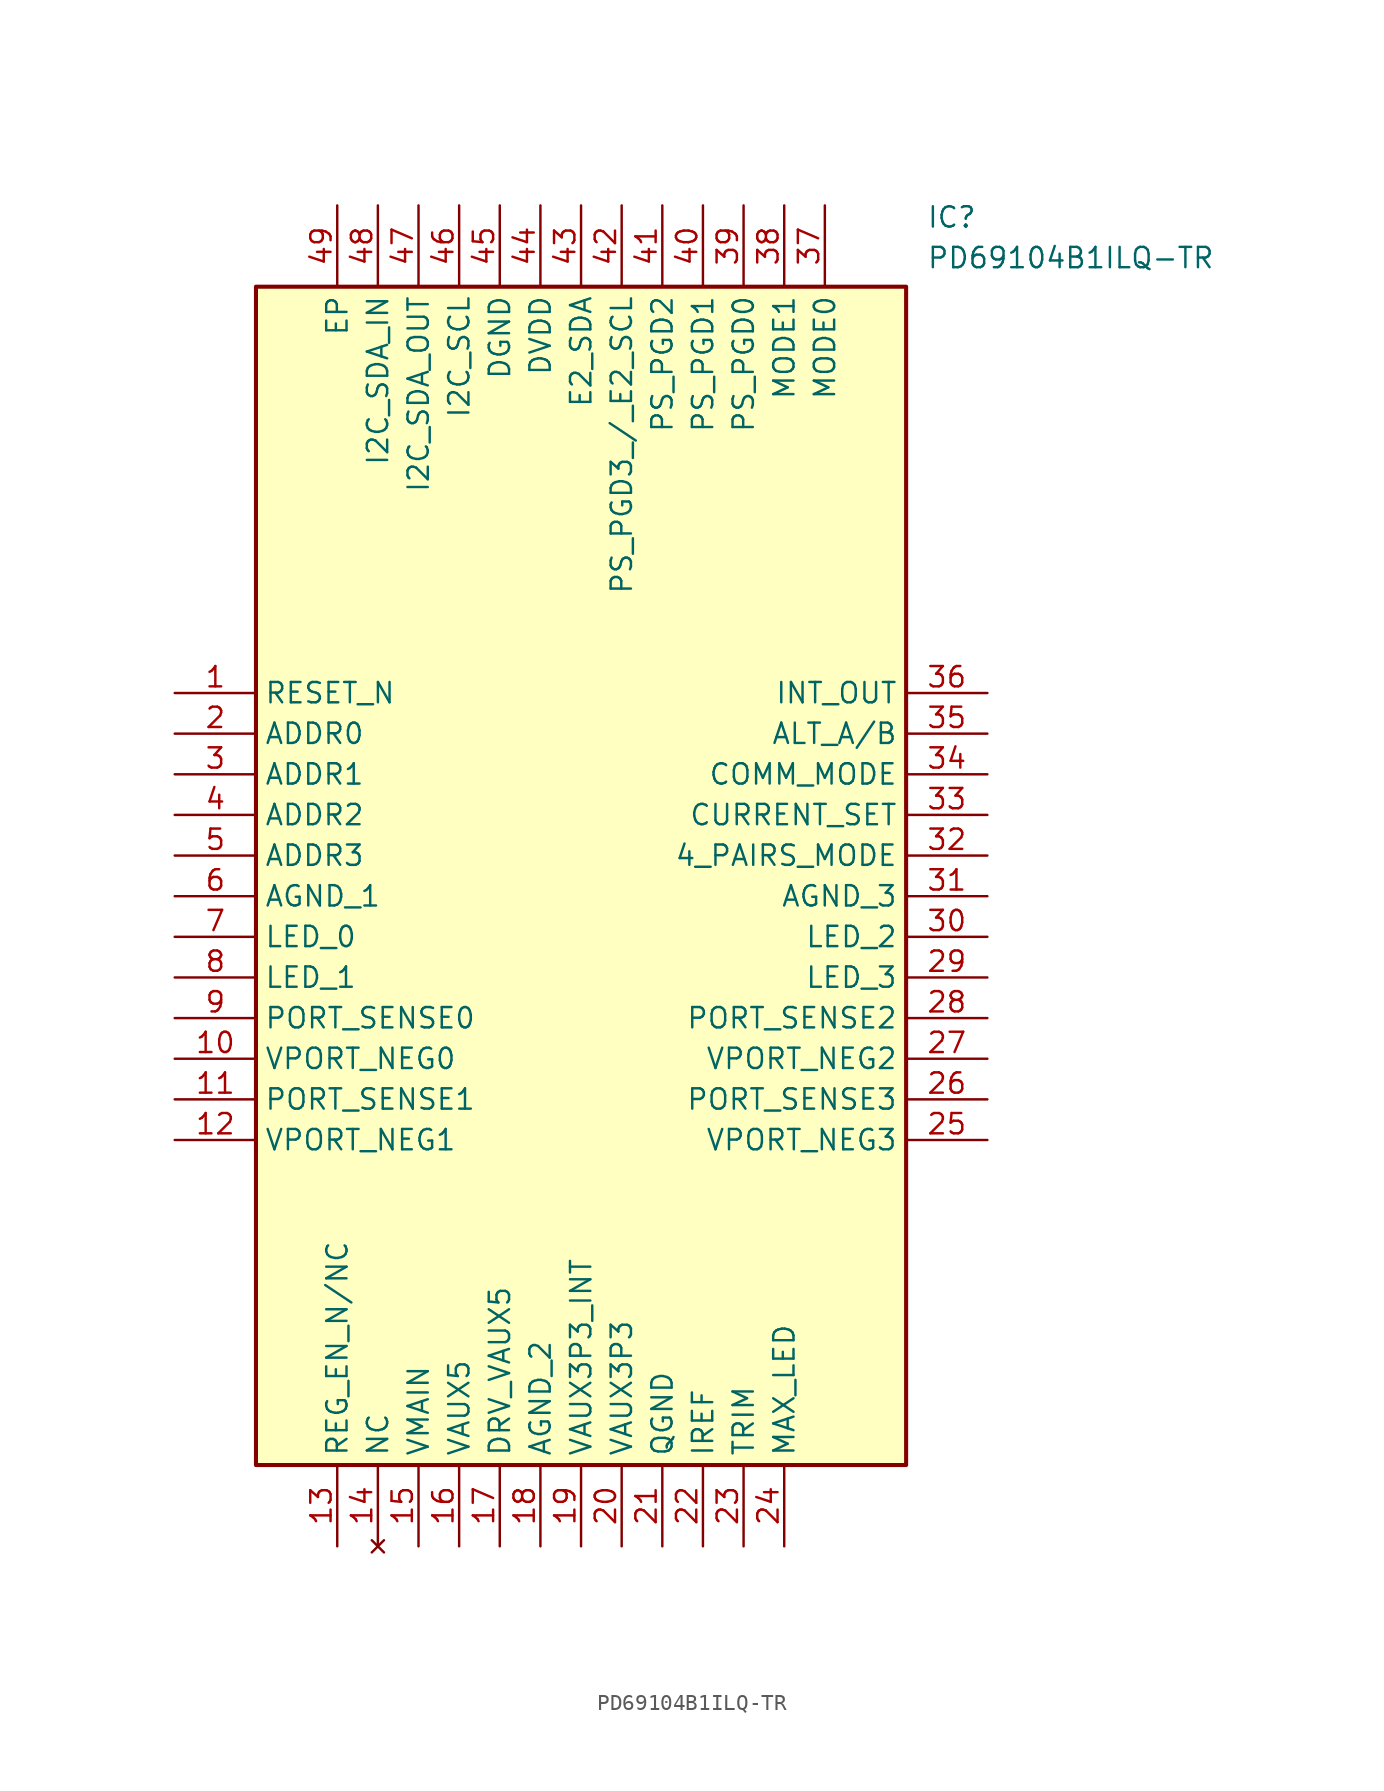
<source format=kicad_sym>
(kicad_symbol_lib
  (version 20211014)
  (generator SamacSys_ECAD_Model)
  (symbol "PD69104B1ILQ-TR"
    (property "Reference" "IC"
      (at 46.99 30.48 0)
      (effects (font (size 1.27 1.27)) (justify left top)))
    (property "Value" "PD69104B1ILQ-TR"
      (at 46.99 27.94 0)
      (effects (font (size 1.27 1.27)) (justify left top)))
    (rectangle
      (start 5.08 25.4)
      (end 45.72 -48.26)
      (stroke (width 0.254) (type default))
      (fill (type background)))
    (pin passive line
      (at 0 0 0)
      (length 5.08)
      (name "RESET_N" (effects (font (size 1.27 1.27))))
      (number "1" (effects (font (size 1.27 1.27)))))
    (pin passive line
      (at 0 -2.54 0)
      (length 5.08)
      (name "ADDR0" (effects (font (size 1.27 1.27))))
      (number "2" (effects (font (size 1.27 1.27)))))
    (pin passive line
      (at 0 -5.08 0)
      (length 5.08)
      (name "ADDR1" (effects (font (size 1.27 1.27))))
      (number "3" (effects (font (size 1.27 1.27)))))
    (pin passive line
      (at 0 -7.62 0)
      (length 5.08)
      (name "ADDR2" (effects (font (size 1.27 1.27))))
      (number "4" (effects (font (size 1.27 1.27)))))
    (pin passive line
      (at 0 -10.16 0)
      (length 5.08)
      (name "ADDR3" (effects (font (size 1.27 1.27))))
      (number "5" (effects (font (size 1.27 1.27)))))
    (pin passive line
      (at 0 -12.7 0)
      (length 5.08)
      (name "AGND_1" (effects (font (size 1.27 1.27))))
      (number "6" (effects (font (size 1.27 1.27)))))
    (pin passive line
      (at 0 -15.24 0)
      (length 5.08)
      (name "LED_0" (effects (font (size 1.27 1.27))))
      (number "7" (effects (font (size 1.27 1.27)))))
    (pin passive line
      (at 0 -17.78 0)
      (length 5.08)
      (name "LED_1" (effects (font (size 1.27 1.27))))
      (number "8" (effects (font (size 1.27 1.27)))))
    (pin passive line
      (at 0 -20.32 0)
      (length 5.08)
      (name "PORT_SENSE0" (effects (font (size 1.27 1.27))))
      (number "9" (effects (font (size 1.27 1.27)))))
    (pin passive line
      (at 0 -22.86 0)
      (length 5.08)
      (name "VPORT_NEG0" (effects (font (size 1.27 1.27))))
      (number "10" (effects (font (size 1.27 1.27)))))
    (pin passive line
      (at 0 -25.4 0)
      (length 5.08)
      (name "PORT_SENSE1" (effects (font (size 1.27 1.27))))
      (number "11" (effects (font (size 1.27 1.27)))))
    (pin passive line
      (at 0 -27.94 0)
      (length 5.08)
      (name "VPORT_NEG1" (effects (font (size 1.27 1.27))))
      (number "12" (effects (font (size 1.27 1.27)))))
    (pin passive line
      (at 10.16 -53.34 90)
      (length 5.08)
      (name "REG_EN_N/NC" (effects (font (size 1.27 1.27))))
      (number "13" (effects (font (size 1.27 1.27)))))
    (pin no_connect line
      (at 12.7 -53.34 90)
      (length 5.08)
      (name "NC" (effects (font (size 1.27 1.27))))
      (number "14" (effects (font (size 1.27 1.27)))))
    (pin passive line
      (at 15.24 -53.34 90)
      (length 5.08)
      (name "VMAIN" (effects (font (size 1.27 1.27))))
      (number "15" (effects (font (size 1.27 1.27)))))
    (pin passive line
      (at 17.78 -53.34 90)
      (length 5.08)
      (name "VAUX5" (effects (font (size 1.27 1.27))))
      (number "16" (effects (font (size 1.27 1.27)))))
    (pin passive line
      (at 20.32 -53.34 90)
      (length 5.08)
      (name "DRV_VAUX5" (effects (font (size 1.27 1.27))))
      (number "17" (effects (font (size 1.27 1.27)))))
    (pin passive line
      (at 22.86 -53.34 90)
      (length 5.08)
      (name "AGND_2" (effects (font (size 1.27 1.27))))
      (number "18" (effects (font (size 1.27 1.27)))))
    (pin passive line
      (at 25.4 -53.34 90)
      (length 5.08)
      (name "VAUX3P3_INT" (effects (font (size 1.27 1.27))))
      (number "19" (effects (font (size 1.27 1.27)))))
    (pin passive line
      (at 27.94 -53.34 90)
      (length 5.08)
      (name "VAUX3P3" (effects (font (size 1.27 1.27))))
      (number "20" (effects (font (size 1.27 1.27)))))
    (pin passive line
      (at 30.48 -53.34 90)
      (length 5.08)
      (name "QGND" (effects (font (size 1.27 1.27))))
      (number "21" (effects (font (size 1.27 1.27)))))
    (pin passive line
      (at 33.02 -53.34 90)
      (length 5.08)
      (name "IREF" (effects (font (size 1.27 1.27))))
      (number "22" (effects (font (size 1.27 1.27)))))
    (pin passive line
      (at 35.56 -53.34 90)
      (length 5.08)
      (name "TRIM" (effects (font (size 1.27 1.27))))
      (number "23" (effects (font (size 1.27 1.27)))))
    (pin passive line
      (at 38.1 -53.34 90)
      (length 5.08)
      (name "MAX_LED" (effects (font (size 1.27 1.27))))
      (number "24" (effects (font (size 1.27 1.27)))))
    (pin passive line
      (at 50.8 0 180)
      (length 5.08)
      (name "INT_OUT" (effects (font (size 1.27 1.27))))
      (number "36" (effects (font (size 1.27 1.27)))))
    (pin passive line
      (at 50.8 -2.54 180)
      (length 5.08)
      (name "ALT_A/B" (effects (font (size 1.27 1.27))))
      (number "35" (effects (font (size 1.27 1.27)))))
    (pin passive line
      (at 50.8 -5.08 180)
      (length 5.08)
      (name "COMM_MODE" (effects (font (size 1.27 1.27))))
      (number "34" (effects (font (size 1.27 1.27)))))
    (pin passive line
      (at 50.8 -7.62 180)
      (length 5.08)
      (name "CURRENT_SET" (effects (font (size 1.27 1.27))))
      (number "33" (effects (font (size 1.27 1.27)))))
    (pin passive line
      (at 50.8 -10.16 180)
      (length 5.08)
      (name "4_PAIRS_MODE" (effects (font (size 1.27 1.27))))
      (number "32" (effects (font (size 1.27 1.27)))))
    (pin passive line
      (at 50.8 -12.7 180)
      (length 5.08)
      (name "AGND_3" (effects (font (size 1.27 1.27))))
      (number "31" (effects (font (size 1.27 1.27)))))
    (pin passive line
      (at 50.8 -15.24 180)
      (length 5.08)
      (name "LED_2" (effects (font (size 1.27 1.27))))
      (number "30" (effects (font (size 1.27 1.27)))))
    (pin passive line
      (at 50.8 -17.78 180)
      (length 5.08)
      (name "LED_3" (effects (font (size 1.27 1.27))))
      (number "29" (effects (font (size 1.27 1.27)))))
    (pin passive line
      (at 50.8 -20.32 180)
      (length 5.08)
      (name "PORT_SENSE2" (effects (font (size 1.27 1.27))))
      (number "28" (effects (font (size 1.27 1.27)))))
    (pin passive line
      (at 50.8 -22.86 180)
      (length 5.08)
      (name "VPORT_NEG2" (effects (font (size 1.27 1.27))))
      (number "27" (effects (font (size 1.27 1.27)))))
    (pin passive line
      (at 50.8 -25.4 180)
      (length 5.08)
      (name "PORT_SENSE3" (effects (font (size 1.27 1.27))))
      (number "26" (effects (font (size 1.27 1.27)))))
    (pin passive line
      (at 50.8 -27.94 180)
      (length 5.08)
      (name "VPORT_NEG3" (effects (font (size 1.27 1.27))))
      (number "25" (effects (font (size 1.27 1.27)))))
    (pin passive line
      (at 10.16 30.48 270)
      (length 5.08)
      (name "EP" (effects (font (size 1.27 1.27))))
      (number "49" (effects (font (size 1.27 1.27)))))
    (pin passive line
      (at 12.7 30.48 270)
      (length 5.08)
      (name "I2C_SDA_IN" (effects (font (size 1.27 1.27))))
      (number "48" (effects (font (size 1.27 1.27)))))
    (pin passive line
      (at 15.24 30.48 270)
      (length 5.08)
      (name "I2C_SDA_OUT" (effects (font (size 1.27 1.27))))
      (number "47" (effects (font (size 1.27 1.27)))))
    (pin passive line
      (at 17.78 30.48 270)
      (length 5.08)
      (name "I2C_SCL" (effects (font (size 1.27 1.27))))
      (number "46" (effects (font (size 1.27 1.27)))))
    (pin passive line
      (at 20.32 30.48 270)
      (length 5.08)
      (name "DGND" (effects (font (size 1.27 1.27))))
      (number "45" (effects (font (size 1.27 1.27)))))
    (pin passive line
      (at 22.86 30.48 270)
      (length 5.08)
      (name "DVDD" (effects (font (size 1.27 1.27))))
      (number "44" (effects (font (size 1.27 1.27)))))
    (pin passive line
      (at 25.4 30.48 270)
      (length 5.08)
      (name "E2_SDA" (effects (font (size 1.27 1.27))))
      (number "43" (effects (font (size 1.27 1.27)))))
    (pin passive line
      (at 27.94 30.48 270)
      (length 5.08)
      (name "PS_PGD3_/_E2_SCL" (effects (font (size 1.27 1.27))))
      (number "42" (effects (font (size 1.27 1.27)))))
    (pin passive line
      (at 30.48 30.48 270)
      (length 5.08)
      (name "PS_PGD2" (effects (font (size 1.27 1.27))))
      (number "41" (effects (font (size 1.27 1.27)))))
    (pin passive line
      (at 33.02 30.48 270)
      (length 5.08)
      (name "PS_PGD1" (effects (font (size 1.27 1.27))))
      (number "40" (effects (font (size 1.27 1.27)))))
    (pin passive line
      (at 35.56 30.48 270)
      (length 5.08)
      (name "PS_PGD0" (effects (font (size 1.27 1.27))))
      (number "39" (effects (font (size 1.27 1.27)))))
    (pin passive line
      (at 38.1 30.48 270)
      (length 5.08)
      (name "MODE1" (effects (font (size 1.27 1.27))))
      (number "38" (effects (font (size 1.27 1.27)))))
    (pin passive line
      (at 40.64 30.48 270)
      (length 5.08)
      (name "MODE0" (effects (font (size 1.27 1.27))))
      (number "37" (effects (font (size 1.27 1.27)))))))
</source>
